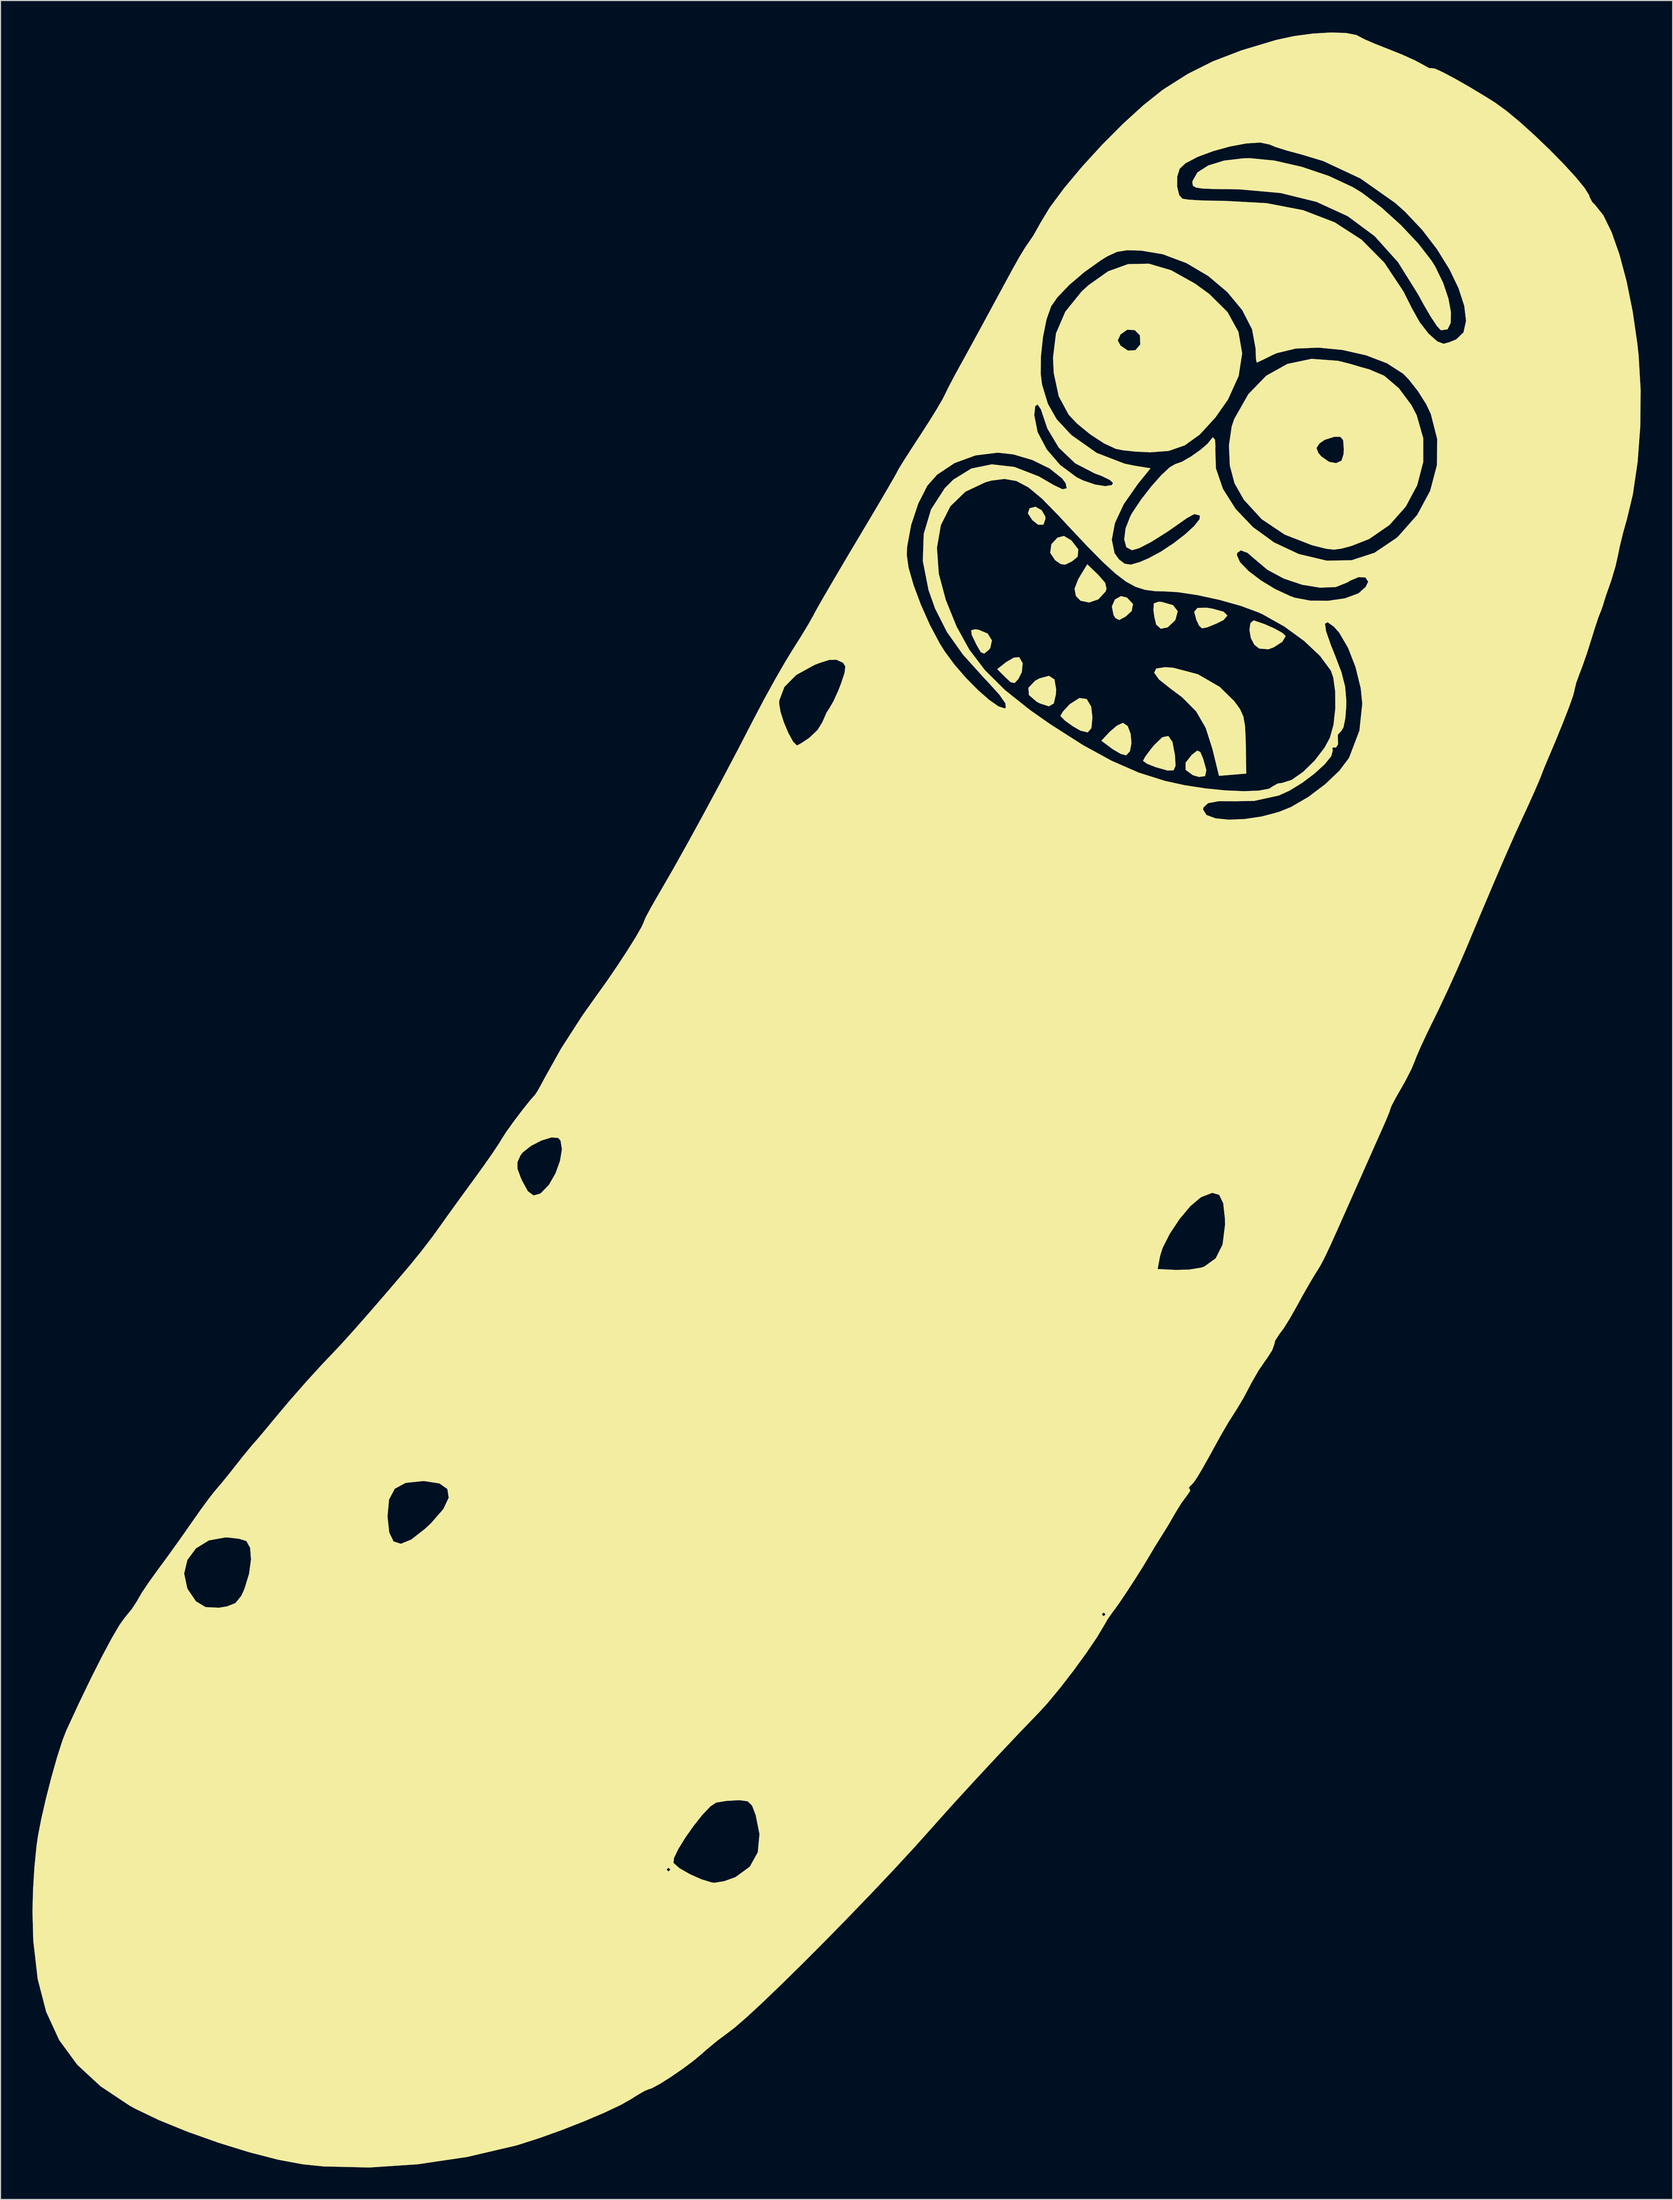
<source format=kicad_pcb>
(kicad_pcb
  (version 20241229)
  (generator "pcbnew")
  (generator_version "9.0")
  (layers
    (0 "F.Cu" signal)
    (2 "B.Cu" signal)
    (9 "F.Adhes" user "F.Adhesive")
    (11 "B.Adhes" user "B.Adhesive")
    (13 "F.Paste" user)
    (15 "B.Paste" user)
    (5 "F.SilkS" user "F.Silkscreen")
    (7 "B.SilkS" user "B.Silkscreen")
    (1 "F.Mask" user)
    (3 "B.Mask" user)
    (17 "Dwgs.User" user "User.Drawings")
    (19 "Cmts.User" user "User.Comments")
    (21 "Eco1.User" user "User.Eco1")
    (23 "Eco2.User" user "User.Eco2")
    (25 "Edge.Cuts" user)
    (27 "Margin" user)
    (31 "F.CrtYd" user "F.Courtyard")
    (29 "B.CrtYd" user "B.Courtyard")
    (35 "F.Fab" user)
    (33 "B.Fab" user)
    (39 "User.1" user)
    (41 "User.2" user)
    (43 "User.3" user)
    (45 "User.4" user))
  (footprint "pickRICC"
    (layer "F.Cu")
    (at 61.034 89.584)
    (property "Reference" "pickRICC" (at 0 0 0) (layer "F.SilkS") (effects (font (size 1.524 1.524) (thickness 0.3))))
    (attr through_hole)
    (fp_poly (pts (xy 33.849 -44.69) (xy 34.199 -44.089) (xy 34.219 -43.898) (xy 34.023 -43.325) (xy 33.523 -43.32) (xy 32.97 -43.761) (xy 32.561 -44.393) (xy 32.721 -44.856) (xy 32.731 -44.867) (xy 33.27 -45.008) (xy 33.849 -44.69)) (stroke (width 0.01) (type solid)) (fill yes) (layer "F.SilkS"))
    (fp_poly (pts (xy 41.872 -36.474) (xy 42.443 -35.867) (xy 42.319 -35.204) (xy 41.742 -34.678) (xy 41.144 -34.364) (xy 40.794 -34.543) (xy 40.609 -34.851) (xy 40.459 -35.639) (xy 40.745 -36.292) (xy 41.311 -36.608) (xy 41.872 -36.474)) (stroke (width 0.01) (type solid)) (fill yes) (layer "F.SilkS"))
    (fp_poly (pts (xy 48.77 -21.961) (xy 49.027 -21.367) (xy 49.342 -20.262) (xy 49.22 -19.691) (xy 48.638 -19.614) (xy 48.066 -19.786) (xy 47.392 -20.275) (xy 47.386 -20.95) (xy 47.969 -21.688) (xy 48.482 -22.088) (xy 48.77 -21.961)) (stroke (width 0.01) (type solid)) (fill yes) (layer "F.SilkS"))
    (fp_poly (pts (xy 31.747 -30.87) (xy 32.071 -30.306) (xy 31.99 -29.463) (xy 31.66 -28.81) (xy 31.306 -28.435) (xy 30.943 -28.52) (xy 30.449 -28.975) (xy 29.679 -29.744) (xy 30.535 -30.417) (xy 31.239 -30.826) (xy 31.742 -30.873) (xy 31.747 -30.87)) (stroke (width 0.01) (type solid)) (fill yes) (layer "F.SilkS"))
    (fp_poly (pts (xy 27.922 -33.45) (xy 28.78 -33.087) (xy 29.179 -32.444) (xy 29.02 -31.722) (xy 28.865 -31.536) (xy 28.447 -31.205) (xy 28.134 -31.342) (xy 27.729 -32.034) (xy 27.725 -32.041) (xy 27.29 -32.952) (xy 27.231 -33.39) (xy 27.567 -33.49) (xy 27.922 -33.45)) (stroke (width 0.01) (type solid)) (fill yes) (layer "F.SilkS"))
    (fp_poly (pts (xy 35.059 -28.781) (xy 35.219 -27.848) (xy 35.193 -27.367) (xy 34.997 -26.521) (xy 34.537 -26.253) (xy 33.701 -26.519) (xy 33.404 -26.672) (xy 32.663 -27.308) (xy 32.61 -27.99) (xy 33.238 -28.649) (xy 33.649 -28.877) (xy 34.543 -29.117) (xy 35.059 -28.781)) (stroke (width 0.01) (type solid)) (fill yes) (layer "F.SilkS"))
    (fp_poly (pts (xy 36.615 -41.87) (xy 36.668 -41.823) (xy 37.302 -41.003) (xy 37.244 -40.318) (xy 36.712 -39.876) (xy 36.079 -39.571) (xy 35.664 -39.613) (xy 35.13 -39.975) (xy 34.661 -40.676) (xy 34.771 -41.488) (xy 35.345 -42.104) (xy 35.95 -42.264) (xy 36.615 -41.87)) (stroke (width 0.01) (type solid)) (fill yes) (layer "F.SilkS"))
    (fp_poly (pts (xy 39.165 -38.623) (xy 39.822 -37.87) (xy 39.956 -37.298) (xy 39.859 -37.032) (xy 39.185 -36.305) (xy 38.32 -36.009) (xy 37.506 -36.178) (xy 37.074 -36.628) (xy 36.95 -37.308) (xy 37.297 -38.199) (xy 37.436 -38.437) (xy 38.144 -39.601) (xy 39.165 -38.623)) (stroke (width 0.01) (type solid)) (fill yes) (layer "F.SilkS"))
    (fp_poly (pts (xy 49.916 -35.431) (xy 50.968 -35.138) (xy 51.318 -34.784) (xy 50.966 -34.366) (xy 50.308 -34.036) (xy 49.401 -33.665) (xy 48.928 -33.582) (xy 48.661 -33.828) (xy 48.4 -34.383) (xy 48.2 -35.134) (xy 48.508 -35.499) (xy 49.379 -35.517) (xy 49.916 -35.431)) (stroke (width 0.01) (type solid)) (fill yes) (layer "F.SilkS"))
    (fp_poly (pts (xy 41.947 -24.394) (xy 42.22 -23.67) (xy 42.299 -22.791) (xy 42.157 -22.025) (xy 41.804 -21.649) (xy 41.309 -21.77) (xy 40.563 -22.207) (xy 40.461 -22.281) (xy 39.471 -23.019) (xy 40.258 -23.857) (xy 40.938 -24.44) (xy 41.493 -24.694) (xy 41.506 -24.694) (xy 41.947 -24.394)) (stroke (width 0.01) (type solid)) (fill yes) (layer "F.SilkS"))
    (fp_poly (pts (xy 45.154 -36.06) (xy 46.21 -35.758) (xy 46.65 -35.191) (xy 46.441 -34.406) (xy 46.369 -34.296) (xy 45.711 -33.676) (xy 45.063 -33.543) (xy 44.627 -33.935) (xy 44.62 -33.955) (xy 44.458 -34.637) (xy 44.366 -35.278) (xy 44.403 -35.921) (xy 44.843 -36.084) (xy 45.154 -36.06)) (stroke (width 0.01) (type solid)) (fill yes) (layer "F.SilkS"))
    (fp_poly (pts (xy 38.09 -26.937) (xy 38.515 -26.22) (xy 38.629 -25.211) (xy 38.535 -24.204) (xy 38.189 -23.803) (xy 37.497 -23.967) (xy 36.777 -24.383) (xy 36.041 -24.914) (xy 35.65 -25.314) (xy 35.631 -25.373) (xy 35.864 -25.764) (xy 36.434 -26.384) (xy 36.528 -26.473) (xy 37.408 -27.033) (xy 38.09 -26.937)) (stroke (width 0.01) (type solid)) (fill yes) (layer "F.SilkS"))
    (fp_poly (pts (xy 53.834 -34.311) (xy 54.784 -33.99) (xy 55.743 -33.568) (xy 56.489 -33.154) (xy 56.797 -32.859) (xy 56.797 -32.854) (xy 56.485 -32.313) (xy 55.684 -31.802) (xy 55.181 -31.612) (xy 54.311 -31.68) (xy 53.852 -32.044) (xy 53.522 -32.673) (xy 53.397 -33.432) (xy 53.481 -34.066) (xy 53.774 -34.32) (xy 53.834 -34.311)) (stroke (width 0.01) (type solid)) (fill yes) (layer "F.SilkS"))
    (fp_poly (pts (xy 46.152 -22.913) (xy 46.385 -21.689) (xy 46.397 -21.571) (xy 46.445 -20.666) (xy 46.263 -20.239) (xy 45.709 -20.214) (xy 44.644 -20.514) (xy 44.538 -20.548) (xy 43.768 -20.854) (xy 43.398 -21.118) (xy 43.392 -21.143) (xy 43.6 -21.526) (xy 44.126 -22.231) (xy 44.421 -22.591) (xy 45.204 -23.347) (xy 45.769 -23.46) (xy 46.152 -22.913)) (stroke (width 0.01) (type solid)) (fill yes) (layer "F.SilkS"))
    (fp_poly (pts (xy 46.237 -29.873) (xy 48.538 -29.268) (xy 50.591 -28.081) (xy 51.96 -26.744) (xy 52.5 -26.004) (xy 52.819 -25.3) (xy 52.979 -24.402) (xy 53.042 -23.083) (xy 53.05 -22.687) (xy 53.093 -19.932) (xy 51.813 -19.825) (xy 50.532 -19.718) (xy 49.916 -22.232) (xy 49.279 -24.23) (xy 48.386 -25.771) (xy 47.073 -27.096) (xy 45.997 -27.897) (xy 44.892 -28.771) (xy 44.437 -29.412) (xy 44.628 -29.804) (xy 45.463 -29.929) (xy 46.237 -29.873)) (stroke (width 0.01) (type solid)) (fill yes) (layer "F.SilkS"))
    (fp_poly (pts (xy 55.747 -77.541) (xy 58.306 -76.957) (xy 60.848 -76.1) (xy 63.096 -75.054) (xy 63.98 -74.516) (xy 65.817 -73.124) (xy 67.638 -71.476) (xy 69.264 -69.751) (xy 70.522 -68.127) (xy 70.875 -67.557) (xy 71.61 -66.038) (xy 72.101 -64.577) (xy 72.34 -63.288) (xy 72.316 -62.286) (xy 72.021 -61.684) (xy 71.445 -61.598) (xy 71.36 -61.626) (xy 71.022 -61.991) (xy 70.458 -62.843) (xy 69.756 -64.041) (xy 69.259 -64.955) (xy 67.364 -67.991) (xy 65.169 -70.437) (xy 62.629 -72.318) (xy 59.697 -73.661) (xy 56.327 -74.492) (xy 52.472 -74.836) (xy 51.751 -74.849) (xy 50.076 -74.868) (xy 48.985 -74.912) (xy 48.36 -75.007) (xy 48.081 -75.177) (xy 48.027 -75.449) (xy 48.047 -75.627) (xy 48.499 -76.43) (xy 49.528 -77.085) (xy 51.014 -77.543) (xy 52.834 -77.757) (xy 53.446 -77.766) (xy 55.747 -77.541)) (stroke (width 0.01) (type solid)) (fill yes) (layer "F.SilkS"))
    (fp_poly (pts (xy 46.025 -67.237) (xy 48.284 -65.975) (xy 49.625 -64.999) (xy 51.33 -63.309) (xy 52.358 -61.442) (xy 52.708 -59.428) (xy 52.379 -57.295) (xy 51.37 -55.072) (xy 50.196 -53.401) (xy 48.733 -51.803) (xy 47.324 -50.785) (xy 45.801 -50.256) (xy 44.078 -50.125) (xy 42.713 -50.186) (xy 41.497 -50.315) (xy 40.834 -50.447) (xy 39.726 -50.959) (xy 38.426 -51.81) (xy 37.203 -52.806) (xy 36.399 -53.654) (xy 35.464 -55.386) (xy 34.993 -57.583) (xy 34.925 -59.016) (xy 35.124 -60.642) (xy 41.014 -60.642) (xy 41.275 -60.149) (xy 41.97 -59.682) (xy 42.673 -59.724) (xy 43.122 -60.254) (xy 43.133 -60.295) (xy 43.09 -61.124) (xy 42.604 -61.611) (xy 41.901 -61.646) (xy 41.275 -61.207) (xy 41.014 -60.642) (xy 35.124 -60.642) (xy 35.205 -61.303) (xy 36.078 -63.336) (xy 37.592 -65.214) (xy 38.245 -65.82) (xy 40.106 -67.137) (xy 41.988 -67.814) (xy 43.944 -67.849) (xy 46.025 -67.237)) (stroke (width 0.01) (type solid)) (fill yes) (layer "F.SilkS"))
    (fp_poly (pts (xy 61.72 -58.724) (xy 62.827 -58.446) (xy 63.815 -58.154) (xy 64.506 -57.959) (xy 64.65 -57.924) (xy 66.067 -57.318) (xy 67.44 -56.151) (xy 68.625 -54.561) (xy 69.115 -53.622) (xy 69.737 -51.449) (xy 69.735 -49.213) (xy 69.167 -47.032) (xy 68.092 -45.021) (xy 66.567 -43.298) (xy 64.653 -41.979) (xy 62.964 -41.316) (xy 62.013 -41.067) (xy 61.326 -40.978) (xy 60.613 -41.058) (xy 59.583 -41.313) (xy 59.242 -41.405) (xy 56.706 -42.391) (xy 54.542 -43.844) (xy 52.859 -45.677) (xy 51.986 -47.227) (xy 51.552 -48.875) (xy 51.477 -50.532) (xy 59.695 -50.532) (xy 59.875 -50.065) (xy 60.153 -49.737) (xy 60.889 -49.226) (xy 61.54 -49.109) (xy 62.048 -49.339) (xy 62.246 -49.964) (xy 62.264 -50.447) (xy 62.206 -51.27) (xy 61.935 -51.582) (xy 61.383 -51.583) (xy 60.489 -51.306) (xy 59.997 -50.976) (xy 59.695 -50.532) (xy 51.477 -50.532) (xy 51.466 -50.772) (xy 51.729 -52.567) (xy 51.97 -53.269) (xy 53.296 -55.596) (xy 54.975 -57.324) (xy 56.965 -58.434) (xy 59.227 -58.907) (xy 61.72 -58.724)) (stroke (width 0.01) (type solid)) (fill yes) (layer "F.SilkS"))
    (fp_poly (pts (xy 62.475 -89.534) (xy 63.462 -89.339) (xy 63.704 -89.21) (xy 64.208 -88.945) (xy 65.172 -88.527) (xy 66.392 -88.046) (xy 66.457 -88.021) (xy 67.781 -87.489) (xy 68.95 -86.961) (xy 69.692 -86.563) (xy 70.298 -86.231) (xy 70.555 -86.221) (xy 70.556 -86.224) (xy 70.834 -86.187) (xy 71.592 -85.84) (xy 72.708 -85.248) (xy 74.064 -84.475) (xy 75.541 -83.587) (xy 76.488 -82.992) (xy 77.555 -82.22) (xy 78.836 -81.154) (xy 80.231 -79.895) (xy 81.636 -78.547) (xy 82.951 -77.21) (xy 84.073 -75.986) (xy 84.901 -74.977) (xy 85.333 -74.284) (xy 85.372 -74.122) (xy 85.613 -73.661) (xy 85.867 -73.406) (xy 86.663 -72.412) (xy 87.446 -70.812) (xy 88.186 -68.704) (xy 88.856 -66.189) (xy 89.425 -63.366) (xy 89.866 -60.334) (xy 89.986 -59.224) (xy 90.177 -55.956) (xy 90.14 -52.551) (xy 89.892 -49.221) (xy 89.446 -46.179) (xy 88.902 -43.901) (xy 88.52 -42.538) (xy 88.206 -41.251) (xy 88.066 -40.55) (xy 87.819 -39.44) (xy 87.434 -38.141) (xy 87.298 -37.747) (xy 86.943 -36.736) (xy 86.703 -35.992) (xy 86.655 -35.807) (xy 86.429 -35.166) (xy 86.396 -35.101) (xy 86.199 -34.596) (xy 85.88 -33.637) (xy 85.569 -32.632) (xy 85.14 -31.279) (xy 84.702 -30.017) (xy 84.447 -29.357) (xy 84.118 -28.46) (xy 83.962 -27.812) (xy 83.96 -27.769) (xy 83.824 -27.244) (xy 83.449 -26.189) (xy 82.879 -24.721) (xy 82.159 -22.957) (xy 81.401 -21.167) (xy 81.102 -20.455) (xy 80.967 -20.108) (xy 80.713 -19.448) (xy 80.233 -18.332) (xy 79.608 -16.939) (xy 79.033 -15.699) (xy 78.333 -14.17) (xy 77.454 -12.178) (xy 76.376 -9.671) (xy 75.076 -6.601) (xy 73.752 -3.439) (xy 72.93 -1.537) (xy 71.979 0.559) (xy 71.065 2.491) (xy 70.771 3.087) (xy 70.072 4.516) (xy 69.478 5.792) (xy 69.075 6.727) (xy 68.967 7.021) (xy 68.644 7.802) (xy 68.093 8.885) (xy 67.693 9.594) (xy 67.139 10.563) (xy 66.769 11.265) (xy 66.675 11.5) (xy 66.543 11.903) (xy 66.21 12.713) (xy 66.013 13.16) (xy 65.619 14.045) (xy 65.017 15.399) (xy 64.285 17.047) (xy 63.5 18.816) (xy 63.396 19.05) (xy 62.394 21.309) (xy 61.632 23.019) (xy 61.066 24.275) (xy 60.649 25.172) (xy 60.337 25.806) (xy 60.085 26.274) (xy 59.848 26.669) (xy 59.644 26.988) (xy 59.112 27.868) (xy 58.418 29.082) (xy 57.837 30.143) (xy 57.187 31.293) (xy 56.598 32.232) (xy 56.225 32.725) (xy 55.812 33.365) (xy 55.739 33.688) (xy 55.533 34.267) (xy 55.028 35.056) (xy 54.945 35.163) (xy 54.264 36.149) (xy 53.585 37.325) (xy 53.461 37.571) (xy 52.845 38.733) (xy 52.197 39.82) (xy 52.072 40.011) (xy 51.43 41.022) (xy 50.751 42.182) (xy 50.646 42.371) (xy 49.676 44.136) (xy 48.979 45.377) (xy 48.494 46.192) (xy 48.163 46.68) (xy 47.926 46.939) (xy 47.842 47.002) (xy 47.666 47.236) (xy 47.768 47.267) (xy 47.821 47.486) (xy 47.546 47.89) (xy 46.988 48.643) (xy 46.422 49.565) (xy 45.792 50.654) (xy 45.156 51.682) (xy 44.519 52.697) (xy 43.964 53.631) (xy 43.399 54.574) (xy 42.659 55.747) (xy 41.871 56.959) (xy 41.16 58.016) (xy 40.653 58.724) (xy 40.556 58.843) (xy 40.08 59.515) (xy 39.741 60.102) (xy 39.061 61.242) (xy 38.053 62.727) (xy 36.854 64.372) (xy 35.602 65.993) (xy 34.435 67.404) (xy 33.69 68.222) (xy 31.808 70.177) (xy 29.728 72.379) (xy 27.614 74.65) (xy 25.63 76.813) (xy 23.943 78.691) (xy 23.636 79.039) (xy 21.945 80.927) (xy 20.019 83.013) (xy 17.931 85.223) (xy 15.755 87.483) (xy 13.566 89.718) (xy 11.437 91.854) (xy 9.442 93.817) (xy 7.655 95.533) (xy 6.15 96.926) (xy 5 97.923) (xy 4.478 98.323) (xy 3.342 99.172) (xy 2.239 100.089) (xy 1.974 100.33) (xy 1.165 101.012) (xy 0.106 101.801) (xy -1.027 102.579) (xy -2.06 103.231) (xy -2.82 103.638) (xy -3.076 103.717) (xy -3.521 103.9) (xy -4.3 104.36) (xy -4.645 104.587) (xy -5.701 105.187) (xy -7.264 105.925) (xy -9.163 106.734) (xy -11.232 107.545) (xy -13.302 108.29) (xy -15.205 108.902) (xy -15.624 109.023) (xy -20.148 110.082) (xy -24.795 110.771) (xy -29.369 111.075) (xy -33.673 110.975) (xy -35.631 110.773) (xy -37.944 110.341) (xy -40.658 109.64) (xy -43.565 108.741) (xy -46.458 107.713) (xy -49.128 106.627) (xy -51.368 105.553) (xy -51.905 105.256) (xy -54.632 103.441) (xy -56.823 101.415) (xy -58.514 99.107) (xy -59.742 96.443) (xy -60.543 93.35) (xy -60.954 89.754) (xy -61.029 87.017) (xy -60.979 84.998) (xy -60.86 83.079) (xy -1.411 83.079) (xy -1.235 83.256) (xy -1.058 83.079) (xy -1.235 82.903) (xy -1.411 83.079) (xy -60.86 83.079) (xy -60.845 82.842) (xy -60.806 82.445) (xy -0.764 82.445) (xy -0.204 82.939) (xy 0.761 83.497) (xy 1.86 83.988) (xy 2.819 84.281) (xy 3.116 84.314) (xy 4.018 84.162) (xy 5.044 83.795) (xy 5.077 83.779) (xy 6.412 82.808) (xy 7.165 81.453) (xy 7.327 79.743) (xy 6.97 77.958) (xy 6.631 77.061) (xy 6.217 76.659) (xy 5.495 76.558) (xy 5.294 76.558) (xy 4.187 76.624) (xy 3.25 76.779) (xy 3.243 76.781) (xy 2.702 77.147) (xy 1.965 77.923) (xy 1.145 78.952) (xy 0.351 80.077) (xy -0.305 81.14) (xy -0.712 81.984) (xy -0.764 82.445) (xy -60.806 82.445) (xy -60.652 80.881) (xy -60.533 80.03) (xy -60.215 78.366) (xy -59.771 76.426) (xy -59.254 74.41) (xy -58.718 72.518) (xy -58.217 70.951) (xy -57.859 70.026) (xy -56.678 67.473) (xy -55.537 65.107) (xy -54.484 63.023) (xy -53.569 61.314) (xy -52.841 60.075) (xy -52.388 59.443) (xy -52.101 59.09) (xy 39.511 59.09) (xy 39.688 59.267) (xy 39.864 59.09) (xy 39.688 58.914) (xy 39.511 59.09) (xy -52.101 59.09) (xy -51.683 58.576) (xy -51.171 57.794) (xy -51.114 57.679) (xy -50.751 57.055) (xy -50.094 56.076) (xy -49.502 55.253) (xy -46.771 55.253) (xy -46.483 56.609) (xy -46.413 56.754) (xy -45.662 57.864) (xy -44.758 58.409) (xy -43.521 58.468) (xy -42.753 58.345) (xy -41.954 58.032) (xy -41.396 57.348) (xy -41.1 56.698) (xy -40.665 55.272) (xy -40.484 53.924) (xy -40.565 52.84) (xy -40.915 52.209) (xy -40.935 52.196) (xy -41.602 51.987) (xy -42.622 51.871) (xy -42.924 51.864) (xy -44.444 52.138) (xy -45.656 52.884) (xy -46.463 53.967) (xy -46.771 55.253) (xy -49.502 55.253) (xy -49.28 54.945) (xy -49.214 54.857) (xy -48.169 53.432) (xy -46.997 51.795) (xy -46.033 50.417) (xy -45.643 49.863) (xy -27.647 49.863) (xy -27.646 49.93) (xy -27.487 51.397) (xy -27.078 52.239) (xy -26.395 52.458) (xy -25.415 52.058) (xy -24.115 51.043) (xy -23.548 50.511) (xy -22.402 49.198) (xy -21.894 48.121) (xy -22.02 47.307) (xy -22.773 46.781) (xy -24.147 46.57) (xy -24.373 46.567) (xy -25.948 46.732) (xy -26.966 47.283) (xy -27.506 48.3) (xy -27.647 49.863) (xy -45.643 49.863) (xy -45.189 49.218) (xy -44.423 48.174) (xy -43.88 47.485) (xy -43.821 47.418) (xy -43.258 46.757) (xy -42.479 45.798) (xy -41.977 45.162) (xy -41.194 44.173) (xy -40.511 43.341) (xy -40.217 43.002) (xy -39.695 42.403) (xy -38.94 41.502) (xy -38.453 40.91) (xy -36.973 39.145) (xy -35.346 37.286) (xy -33.785 35.574) (xy -32.828 34.572) (xy -31.917 33.605) (xy -30.644 32.19) (xy -29.093 30.424) (xy -27.351 28.407) (xy -25.843 26.635) (xy 44.763 26.635) (xy 46.458 26.72) (xy 47.707 26.688) (xy 48.83 26.506) (xy 49.141 26.406) (xy 50.218 25.632) (xy 50.866 24.342) (xy 51.097 22.508) (xy 51.088 21.872) (xy 50.926 20.444) (xy 50.545 19.659) (xy 49.895 19.474) (xy 48.925 19.848) (xy 48.767 19.938) (xy 47.837 20.723) (xy 46.826 21.931) (xy 45.9 23.324) (xy 45.222 24.663) (xy 44.989 25.416) (xy 44.763 26.635) (xy -25.843 26.635) (xy -25.52 26.255) (xy -24.488 24.984) (xy -23.428 23.601) (xy -22.874 22.839) (xy -22.138 21.804) (xy -21.145 20.426) (xy -20.058 18.932) (xy -19.522 18.2) (xy -18.561 16.869) (xy -18.377 16.606) (xy -15.439 16.606) (xy -15.427 17.223) (xy -15.098 18.109) (xy -15.009 18.308) (xy -14.449 19.326) (xy -13.919 19.718) (xy -13.315 19.554) (xy -13.212 19.486) (xy -12.472 18.721) (xy -11.858 17.653) (xy -11.431 16.476) (xy -11.25 15.384) (xy -11.377 14.571) (xy -11.601 14.313) (xy -12.238 14.266) (xy -13.17 14.553) (xy -14.148 15.057) (xy -14.923 15.663) (xy -15.151 15.96) (xy -15.439 16.606) (xy -18.377 16.606) (xy -17.722 15.668) (xy -17.12 14.761) (xy -16.91 14.411) (xy -16.491 13.755) (xy -15.792 12.78) (xy -14.985 11.712) (xy -14.238 10.775) (xy -13.758 10.231) (xy -13.498 9.828) (xy -13.073 9.05) (xy -12.954 8.819) (xy -11.319 5.897) (xy -9.318 2.793) (xy -8.051 1.011) (xy -7.054 -0.381) (xy -6.045 -1.858) (xy -5.106 -3.29) (xy -4.319 -4.549) (xy -3.767 -5.507) (xy -3.531 -6.034) (xy -3.528 -6.063) (xy -3.359 -6.449) (xy -2.908 -7.29) (xy -2.255 -8.437) (xy -1.892 -9.055) (xy -0.747 -11.038) (xy 0.63 -13.5) (xy 2.155 -16.287) (xy 2.295 -16.548) (xy 49.036 -16.548) (xy 49.351 -16.039) (xy 50.202 -15.724) (xy 51.447 -15.598) (xy 52.944 -15.657) (xy 54.553 -15.898) (xy 56.131 -16.316) (xy 57.312 -16.792) (xy 58.943 -17.743) (xy 60.518 -18.932) (xy 61.843 -20.193) (xy 62.726 -21.363) (xy 62.778 -21.459) (xy 63.736 -23.972) (xy 64.004 -26.498) (xy 63.855 -27.962) (xy 63.369 -29.944) (xy 62.666 -31.749) (xy 61.833 -33.173) (xy 61.33 -33.739) (xy 60.739 -34.156) (xy 60.496 -34.016) (xy 60.601 -33.301) (xy 61.054 -31.996) (xy 61.397 -31.151) (xy 62.042 -29.464) (xy 62.389 -28.103) (xy 62.502 -26.789) (xy 62.499 -26.305) (xy 62.411 -25.145) (xy 62.236 -24.288) (xy 62.062 -23.972) (xy 61.72 -23.603) (xy 61.706 -23.508) (xy 61.723 -22.675) (xy 61.517 -22.359) (xy 61.387 -22.399) (xy 61.181 -22.344) (xy 61.23 -22.116) (xy 61.093 -21.579) (xy 60.478 -20.815) (xy 59.527 -19.942) (xy 58.378 -19.076) (xy 57.17 -18.333) (xy 56.158 -17.871) (xy 53.832 -17.361) (xy 52.131 -17.332) (xy 50.508 -17.338) (xy 49.507 -17.149) (xy 49.068 -16.748) (xy 49.036 -16.548) (xy 2.295 -16.548) (xy 3.745 -19.245) (xy 5.316 -22.221) (xy 6.778 -25.047) (xy 7.558 -26.529) (xy 9.172 -26.529) (xy 9.302 -25.736) (xy 9.627 -24.724) (xy 10.055 -23.714) (xy 10.49 -22.925) (xy 10.838 -22.58) (xy 10.858 -22.578) (xy 11.214 -22.762) (xy 11.894 -23.212) (xy 12.007 -23.292) (xy 12.771 -24.01) (xy 13.241 -24.763) (xy 13.25 -24.792) (xy 13.632 -25.667) (xy 13.917 -26.106) (xy 14.284 -26.736) (xy 14.741 -27.747) (xy 14.978 -28.35) (xy 15.328 -29.4) (xy 15.397 -29.995) (xy 15.201 -30.321) (xy 15.126 -30.373) (xy 14.543 -30.633) (xy 13.876 -30.615) (xy 12.893 -30.296) (xy 12.478 -30.13) (xy 10.783 -29.2) (xy 9.667 -28.071) (xy 9.187 -26.803) (xy 9.172 -26.529) (xy 7.558 -26.529) (xy 7.743 -26.88) (xy 8.779 -28.76) (xy 9.752 -30.448) (xy 10.443 -31.574) (xy 11.244 -32.844) (xy 11.938 -33.992) (xy 12.398 -34.808) (xy 12.457 -34.925) (xy 12.764 -35.491) (xy 13.372 -36.554) (xy 14.219 -38.007) (xy 15.241 -39.742) (xy 15.698 -40.511) (xy 21.171 -40.511) (xy 21.342 -39.284) (xy 21.812 -37.647) (xy 22.506 -35.789) (xy 23.35 -33.899) (xy 24.27 -32.167) (xy 24.756 -31.389) (xy 25.677 -30.147) (xy 26.75 -28.912) (xy 27.866 -27.783) (xy 28.913 -26.864) (xy 29.782 -26.254) (xy 30.363 -26.057) (xy 30.484 -26.11) (xy 30.445 -26.536) (xy 29.865 -27.364) (xy 28.735 -28.608) (xy 28.505 -28.844) (xy 26.465 -31.103) (xy 24.948 -33.241) (xy 23.837 -35.438) (xy 23.223 -37.167) (xy 22.684 -39.906) (xy 22.725 -41.148) (xy 24.01 -41.148) (xy 24.186 -38.707) (xy 24.843 -36.25) (xy 25.859 -33.744) (xy 27.055 -31.579) (xy 28.537 -29.632) (xy 30.407 -27.779) (xy 32.769 -25.899) (xy 34.686 -24.557) (xy 37.736 -22.611) (xy 40.454 -21.123) (xy 42.979 -20.022) (xy 45.439 -19.244) (xy 47.29 -18.839) (xy 49.238 -18.538) (xy 51.145 -18.347) (xy 52.874 -18.275) (xy 54.287 -18.328) (xy 55.248 -18.512) (xy 55.586 -18.734) (xy 56.062 -19) (xy 56.461 -19.05) (xy 57.358 -19.334) (xy 58.431 -20.083) (xy 59.517 -21.143) (xy 60.452 -22.36) (xy 60.956 -23.283) (xy 61.297 -24.507) (xy 61.466 -26.041) (xy 61.46 -27.617) (xy 61.275 -28.965) (xy 61.045 -29.613) (xy 60.039 -30.978) (xy 58.526 -32.403) (xy 56.677 -33.749) (xy 54.664 -34.881) (xy 54.222 -35.085) (xy 52.577 -35.692) (xy 50.583 -36.252) (xy 48.512 -36.703) (xy 46.635 -36.983) (xy 45.611 -37.044) (xy 44.521 -37.074) (xy 43.577 -37.199) (xy 42.696 -37.477) (xy 41.797 -37.967) (xy 40.795 -38.726) (xy 39.609 -39.813) (xy 38.154 -41.286) (xy 36.348 -43.203) (xy 35.454 -44.167) (xy 33.898 -45.76) (xy 32.614 -46.828) (xy 31.477 -47.43) (xy 30.36 -47.623) (xy 29.137 -47.466) (xy 28.589 -47.318) (xy 26.688 -46.424) (xy 25.279 -45.061) (xy 24.38 -43.285) (xy 24.01 -41.148) (xy 22.725 -41.148) (xy 22.769 -42.46) (xy 23.461 -44.764) (xy 24.748 -46.751) (xy 25.548 -47.553) (xy 27.239 -48.597) (xy 29.169 -48.994) (xy 31.302 -48.746) (xy 33.6 -47.856) (xy 34.999 -47.042) (xy 35.816 -46.654) (xy 36.216 -46.739) (xy 36.111 -47.225) (xy 35.775 -47.673) (xy 34.598 -48.611) (xy 32.985 -49.398) (xy 31.206 -49.926) (xy 29.732 -50.091) (xy 27.638 -49.834) (xy 25.674 -49.116) (xy 24.035 -48.03) (xy 23.11 -46.988) (xy 22.254 -45.313) (xy 21.586 -43.295) (xy 21.214 -41.287) (xy 21.171 -40.511) (xy 15.698 -40.511) (xy 16.377 -41.652) (xy 16.573 -41.981) (xy 17.689 -43.853) (xy 18.672 -45.514) (xy 19.467 -46.871) (xy 20.021 -47.831) (xy 20.279 -48.301) (xy 20.291 -48.331) (xy 20.484 -48.681) (xy 20.985 -49.486) (xy 21.711 -50.615) (xy 22.319 -51.544) (xy 23.205 -52.915) (xy 23.636 -53.608) (xy 33.161 -53.608) (xy 33.476 -52.019) (xy 34.333 -50.401) (xy 35.598 -48.93) (xy 37.139 -47.785) (xy 37.747 -47.482) (xy 38.876 -47.095) (xy 39.837 -46.944) (xy 40.448 -47.044) (xy 40.569 -47.244) (xy 40.264 -47.528) (xy 39.481 -47.906) (xy 38.828 -48.147) (xy 37.004 -49.096) (xy 35.472 -50.553) (xy 34.403 -52.338) (xy 34.144 -53.097) (xy 33.786 -54.163) (xy 33.471 -54.622) (xy 33.248 -54.45) (xy 33.161 -53.621) (xy 33.161 -53.608) (xy 23.636 -53.608) (xy 23.972 -54.149) (xy 24.516 -55.077) (xy 24.695 -55.425) (xy 25.078 -56.209) (xy 25.655 -57.308) (xy 25.76 -57.5) (xy 33.767 -57.5) (xy 33.891 -56.496) (xy 34.443 -54.68) (xy 35.262 -53.241) (xy 36.53 -51.869) (xy 36.711 -51.704) (xy 39.033 -50.066) (xy 41.654 -49.057) (xy 42.596 -48.864) (xy 44.094 -48.622) (xy 42.905 -47.153) (xy 41.566 -45.237) (xy 40.742 -43.466) (xy 40.45 -41.91) (xy 40.71 -40.643) (xy 41.124 -40.065) (xy 41.655 -39.653) (xy 42.243 -39.566) (xy 43.094 -39.814) (xy 43.921 -40.173) (xy 44.454 -40.459) (xy 52.211 -40.459) (xy 52.512 -39.792) (xy 53.315 -38.963) (xy 54.472 -38.083) (xy 55.832 -37.261) (xy 57.247 -36.607) (xy 57.672 -36.455) (xy 59.128 -36.182) (xy 60.79 -36.171) (xy 62.375 -36.401) (xy 63.598 -36.85) (xy 63.697 -36.911) (xy 64.322 -37.474) (xy 64.558 -37.964) (xy 64.296 -38.363) (xy 63.652 -38.391) (xy 62.841 -38.052) (xy 62.639 -37.912) (xy 61.524 -37.465) (xy 60.029 -37.402) (xy 58.337 -37.68) (xy 56.629 -38.255) (xy 55.085 -39.083) (xy 54.002 -39.994) (xy 53.214 -40.674) (xy 52.581 -40.908) (xy 52.238 -40.662) (xy 52.211 -40.459) (xy 44.454 -40.459) (xy 45.078 -40.794) (xy 46.263 -41.578) (xy 47.348 -42.418) (xy 48.204 -43.207) (xy 48.703 -43.838) (xy 48.735 -44.187) (xy 48.215 -44.32) (xy 47.553 -43.966) (xy 45.716 -42.68) (xy 44.175 -41.712) (xy 43.014 -41.11) (xy 42.35 -40.922) (xy 41.818 -41.206) (xy 41.618 -41.948) (xy 41.75 -42.985) (xy 42.212 -44.155) (xy 42.38 -44.45) (xy 43.211 -45.691) (xy 44.156 -46.908) (xy 45.092 -47.962) (xy 45.897 -48.717) (xy 46.446 -49.034) (xy 46.478 -49.036) (xy 47.058 -49.241) (xy 47.919 -49.744) (xy 48.81 -50.373) (xy 49.484 -50.959) (xy 49.683 -51.226) (xy 49.955 -51.544) (xy 50.159 -51.302) (xy 50.196 -50.645) (xy 50.179 -50.511) (xy 50.24 -48.613) (xy 50.908 -46.674) (xy 52.099 -44.796) (xy 53.732 -43.086) (xy 55.721 -41.647) (xy 57.985 -40.586) (xy 58.079 -40.553) (xy 60.656 -39.941) (xy 62.995 -39.981) (xy 65.153 -40.682) (xy 67.188 -42.055) (xy 67.399 -42.24) (xy 69.171 -44.245) (xy 70.387 -46.509) (xy 71.021 -48.918) (xy 71.049 -51.36) (xy 70.449 -53.72) (xy 70.015 -54.64) (xy 69.237 -55.871) (xy 68.345 -57.005) (xy 67.846 -57.511) (xy 66.323 -58.49) (xy 64.351 -59.244) (xy 62.129 -59.745) (xy 59.856 -59.964) (xy 57.731 -59.872) (xy 55.951 -59.441) (xy 55.562 -59.267) (xy 54.704 -58.84) (xy 54.159 -58.589) (xy 54.077 -58.561) (xy 54.011 -58.873) (xy 53.976 -59.644) (xy 53.975 -59.861) (xy 53.643 -61.68) (xy 52.717 -63.486) (xy 51.308 -65.188) (xy 49.522 -66.693) (xy 47.467 -67.906) (xy 45.253 -68.737) (xy 43.219 -69.08) (xy 41.901 -69.116) (xy 40.956 -68.968) (xy 40.057 -68.56) (xy 39.485 -68.211) (xy 37.9 -67.086) (xy 36.462 -65.863) (xy 35.338 -64.693) (xy 34.752 -63.853) (xy 34.313 -62.614) (xy 33.98 -60.955) (xy 33.788 -59.157) (xy 33.767 -57.5) (xy 25.76 -57.5) (xy 26.051 -58.032) (xy 26.691 -59.191) (xy 27.512 -60.691) (xy 28.362 -62.251) (xy 28.561 -62.618) (xy 29.408 -64.182) (xy 30.279 -65.789) (xy 31.011 -67.141) (xy 31.141 -67.381) (xy 31.772 -68.499) (xy 32.332 -69.417) (xy 32.635 -69.85) (xy 33.083 -70.511) (xy 33.613 -71.45) (xy 33.696 -71.614) (xy 34.629 -73.151) (xy 35.998 -74.99) (xy 36.085 -75.094) (xy 46.592 -75.094) (xy 46.791 -74.298) (xy 47.09 -73.958) (xy 47.654 -73.871) (xy 48.741 -73.803) (xy 50.166 -73.763) (xy 51.059 -73.756) (xy 55.015 -73.54) (xy 58.449 -72.877) (xy 61.408 -71.74) (xy 63.936 -70.105) (xy 66.078 -67.945) (xy 67.879 -65.235) (xy 68.662 -63.673) (xy 69.386 -62.376) (xy 70.229 -61.282) (xy 71.055 -60.549) (xy 71.645 -60.325) (xy 72.152 -60.459) (xy 72.832 -60.734) (xy 73.52 -61.396) (xy 73.761 -62.476) (xy 73.593 -63.886) (xy 73.058 -65.534) (xy 72.196 -67.331) (xy 71.046 -69.186) (xy 69.651 -71.01) (xy 68.048 -72.712) (xy 67.095 -73.563) (xy 63.826 -75.861) (xy 60.334 -77.495) (xy 58.169 -78.147) (xy 56.892 -78.487) (xy 55.822 -78.827) (xy 55.258 -79.061) (xy 54.4 -79.237) (xy 53.102 -79.154) (xy 51.558 -78.866) (xy 49.961 -78.424) (xy 48.505 -77.88) (xy 47.383 -77.288) (xy 46.837 -76.783) (xy 46.598 -76.024) (xy 46.592 -75.094) (xy 36.085 -75.094) (xy 37.683 -77) (xy 39.563 -79.051) (xy 41.518 -81.011) (xy 43.427 -82.75) (xy 45.169 -84.136) (xy 45.373 -84.281) (xy 47.609 -85.697) (xy 49.97 -86.876) (xy 52.648 -87.903) (xy 55.835 -88.86) (xy 55.925 -88.884) (xy 57.6 -89.246) (xy 59.368 -89.48) (xy 61.052 -89.579) (xy 62.475 -89.534)) (stroke (width 0.01) (type solid)) (fill yes) (layer "F.SilkS")))
  (gr_rect
    (start -3 -3)
    (end 154.216 203.663)
    (stroke (width 0.1) (type default))
    (fill no)
    (layer "Edge.Cuts")))
</source>
